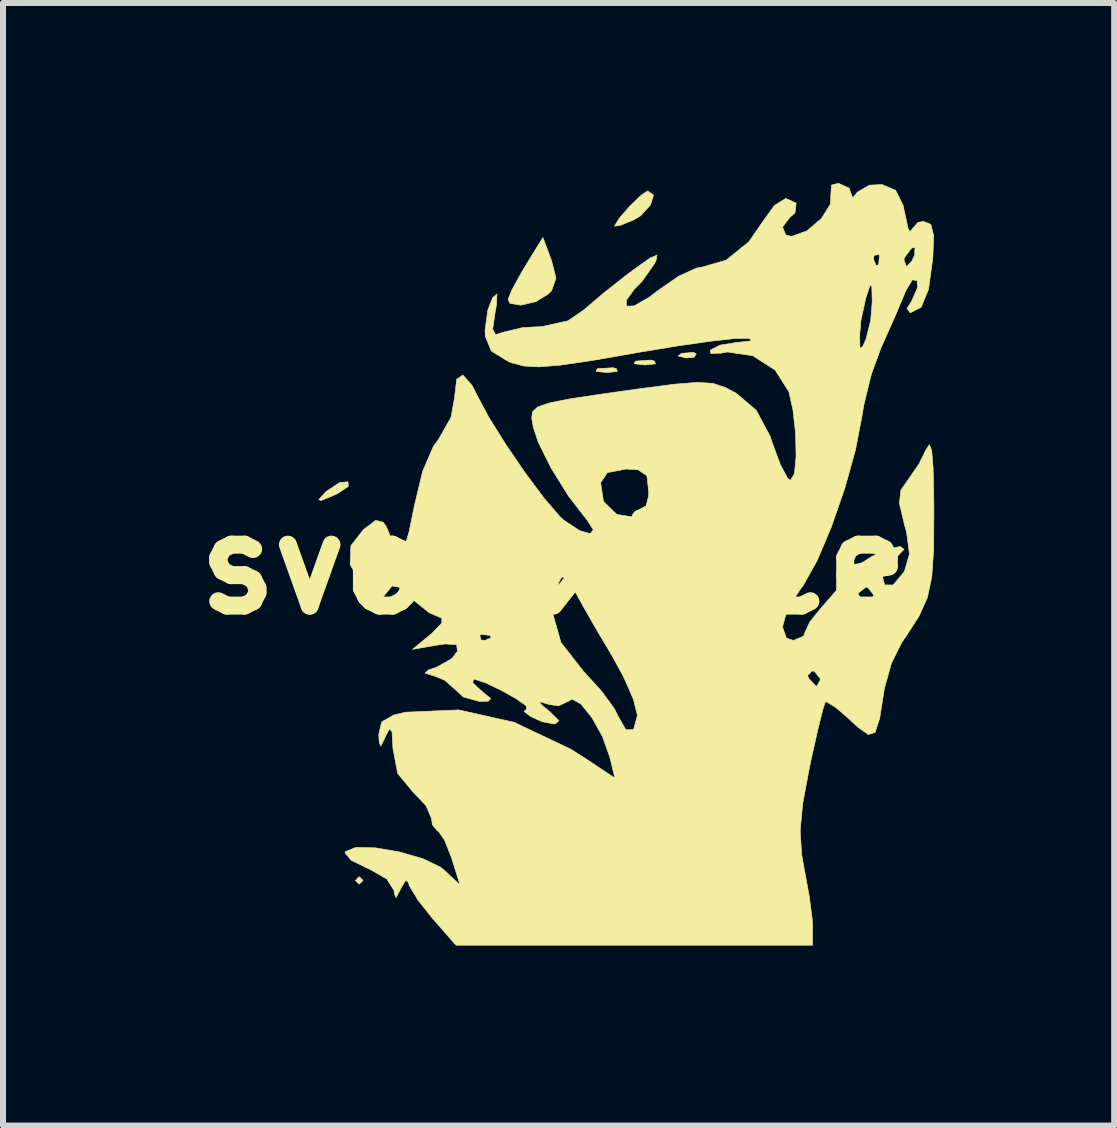
<source format=kicad_pcb>
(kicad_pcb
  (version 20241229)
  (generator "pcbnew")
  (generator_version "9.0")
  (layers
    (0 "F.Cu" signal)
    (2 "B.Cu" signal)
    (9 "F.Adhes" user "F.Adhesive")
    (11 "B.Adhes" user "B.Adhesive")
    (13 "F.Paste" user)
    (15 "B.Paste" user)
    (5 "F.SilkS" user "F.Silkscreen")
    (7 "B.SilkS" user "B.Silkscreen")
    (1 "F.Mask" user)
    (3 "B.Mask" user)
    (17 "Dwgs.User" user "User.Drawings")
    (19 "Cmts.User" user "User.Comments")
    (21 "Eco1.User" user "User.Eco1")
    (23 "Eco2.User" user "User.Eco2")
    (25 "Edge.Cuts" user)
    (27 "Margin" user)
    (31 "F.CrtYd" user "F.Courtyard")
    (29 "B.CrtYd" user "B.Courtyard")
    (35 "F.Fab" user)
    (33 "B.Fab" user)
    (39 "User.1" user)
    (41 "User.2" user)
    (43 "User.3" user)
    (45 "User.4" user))
  (footprint "svo-xface"
    (layer "F.Cu")
    (at 6.176 6.355)
    (property "Reference" "svo-xface" (at 0 0 0) (layer "F.SilkS") (effects (font (size 1.524 1.524) (thickness 0.3))))
    (attr through_hole)
    (fp_poly (pts (xy -3.175 5.271) (xy -3.239 5.334) (xy -3.302 5.271) (xy -3.239 5.207) (xy -3.175 5.271)) (stroke (width 0.01) (type solid)) (fill yes) (layer "F.SilkS"))
    (fp_poly (pts (xy 5.334 -0.318) (xy 5.271 -0.254) (xy 5.207 -0.318) (xy 5.271 -0.381) (xy 5.334 -0.318)) (stroke (width 0.01) (type solid)) (fill yes) (layer "F.SilkS"))
    (fp_poly (pts (xy 1.048 -3.259) (xy 1.064 -3.213) (xy 0.889 -3.195) (xy 0.709 -3.215) (xy 0.73 -3.259) (xy 0.99 -3.276) (xy 1.048 -3.259)) (stroke (width 0.01) (type solid)) (fill yes) (layer "F.SilkS"))
    (fp_poly (pts (xy 1.683 -3.386) (xy 1.699 -3.34) (xy 1.524 -3.322) (xy 1.344 -3.342) (xy 1.365 -3.386) (xy 1.625 -3.403) (xy 1.683 -3.386)) (stroke (width 0.01) (type solid)) (fill yes) (layer "F.SilkS"))
    (fp_poly (pts (xy 2.379 -3.506) (xy 2.341 -3.448) (xy 2.212 -3.439) (xy 2.076 -3.47) (xy 2.135 -3.516) (xy 2.334 -3.531) (xy 2.379 -3.506)) (stroke (width 0.01) (type solid)) (fill yes) (layer "F.SilkS"))
    (fp_poly (pts (xy -3.419 -1.298) (xy -3.602 -1.177) (xy -3.637 -1.161) (xy -3.874 -1.061) (xy -3.912 -1.079) (xy -3.791 -1.212) (xy -3.569 -1.36) (xy -3.427 -1.375) (xy -3.419 -1.298)) (stroke (width 0.01) (type solid)) (fill yes) (layer "F.SilkS"))
    (fp_poly (pts (xy 1.667 -6.151) (xy 1.615 -5.987) (xy 1.453 -5.81) (xy 1.333 -5.738) (xy 1.104 -5.646) (xy 1.016 -5.635) (xy 1.095 -5.766) (xy 1.274 -5.971) (xy 1.464 -6.154) (xy 1.571 -6.223) (xy 1.667 -6.151)) (stroke (width 0.01) (type solid)) (fill yes) (layer "F.SilkS"))
    (fp_poly (pts (xy -0.036 -5.071) (xy 0.041 -4.769) (xy -0.029 -4.567) (xy -0.083 -4.507) (xy -0.297 -4.376) (xy -0.544 -4.319) (xy -0.724 -4.348) (xy -0.758 -4.413) (xy -0.694 -4.572) (xy -0.539 -4.855) (xy -0.466 -4.977) (xy -0.177 -5.446) (xy -0.036 -5.071)) (stroke (width 0.01) (type solid)) (fill yes) (layer "F.SilkS"))
    (fp_poly (pts (xy 4.927 -6.27) (xy 4.955 -6.191) (xy 4.987 -6.107) (xy 5.065 -6.202) (xy 5.261 -6.318) (xy 5.475 -6.329) (xy 5.703 -6.233) (xy 5.827 -5.982) (xy 5.857 -5.842) (xy 5.911 -5.595) (xy 5.948 -5.534) (xy 5.952 -5.556) (xy 6.072 -5.696) (xy 6.169 -5.715) (xy 6.29 -5.664) (xy 6.336 -5.475) (xy 6.323 -5.112) (xy 6.251 -4.584) (xy 6.128 -4.284) (xy 5.946 -4.191) (xy 5.891 -4.262) (xy 5.965 -4.377) (xy 6.068 -4.611) (xy 6.06 -4.726) (xy 5.981 -4.741) (xy 5.868 -4.551) (xy 5.851 -4.508) (xy 5.697 -4.141) (xy 5.506 -3.712) (xy 5.463 -3.619) (xy 5.298 -3.168) (xy 5.17 -2.645) (xy 5.143 -2.477) (xy 5.033 -1.905) (xy 4.853 -1.26) (xy 4.63 -0.619) (xy 4.392 -0.057) (xy 4.164 0.351) (xy 4.11 0.422) (xy 3.896 0.755) (xy 3.817 1.045) (xy 3.882 1.232) (xy 4 1.27) (xy 4.169 1.198) (xy 4.191 1.137) (xy 4.272 0.961) (xy 4.468 0.718) (xy 4.477 0.71) (xy 4.654 0.508) (xy 5.08 0.508) (xy 5.177 0.631) (xy 5.207 0.635) (xy 5.33 0.538) (xy 5.334 0.508) (xy 5.237 0.385) (xy 5.207 0.381) (xy 5.084 0.478) (xy 5.08 0.508) (xy 4.654 0.508) (xy 4.722 0.429) (xy 4.89 0.196) (xy 5.054 0.03) (xy 5.31 -0.132) (xy 5.578 -0.253) (xy 5.78 -0.296) (xy 5.842 -0.248) (xy 5.739 -0.141) (xy 5.652 -0.127) (xy 5.496 -0.021) (xy 5.461 0.127) (xy 5.519 0.344) (xy 5.66 0.346) (xy 5.838 0.134) (xy 5.852 0.108) (xy 5.933 -0.17) (xy 5.885 -0.533) (xy 5.848 -0.666) (xy 5.765 -1.017) (xy 5.79 -1.236) (xy 5.89 -1.38) (xy 6.09 -1.669) (xy 6.208 -1.908) (xy 6.265 -1.992) (xy 6.304 -1.894) (xy 6.328 -1.591) (xy 6.339 -1.062) (xy 6.34 -0.889) (xy 6.336 -0.248) (xy 6.305 0.21) (xy 6.231 0.557) (xy 6.094 0.862) (xy 5.88 1.196) (xy 5.804 1.303) (xy 5.632 1.651) (xy 5.515 2.071) (xy 5.508 2.114) (xy 5.436 2.57) (xy 5.36 2.803) (xy 5.247 2.839) (xy 5.066 2.709) (xy 4.951 2.601) (xy 4.708 2.39) (xy 4.552 2.293) (xy 4.53 2.295) (xy 4.485 2.436) (xy 4.404 2.764) (xy 4.302 3.219) (xy 4.264 3.397) (xy 4.152 3.997) (xy 4.111 4.447) (xy 4.136 4.839) (xy 4.18 5.086) (xy 4.261 5.524) (xy 4.311 5.907) (xy 4.318 6.039) (xy 4.318 6.35) (xy -1.625 6.35) (xy -2.019 5.901) (xy -2.256 5.602) (xy -2.401 5.364) (xy -2.422 5.298) (xy -2.467 5.27) (xy -2.54 5.397) (xy -2.624 5.557) (xy -2.655 5.484) (xy -2.658 5.437) (xy -2.778 5.247) (xy -3.074 5.077) (xy -3.105 5.065) (xy -3.37 4.935) (xy -3.475 4.812) (xy -3.469 4.789) (xy -3.296 4.72) (xy -2.968 4.727) (xy -2.568 4.795) (xy -2.179 4.907) (xy -1.884 5.049) (xy -1.827 5.094) (xy -1.558 5.346) (xy -1.699 4.896) (xy -1.814 4.603) (xy -1.918 4.451) (xy -1.936 4.445) (xy -2.02 4.341) (xy -2.032 4.241) (xy -2.125 4.024) (xy -2.349 3.788) (xy -2.349 3.787) (xy -2.598 3.486) (xy -2.676 3.071) (xy -2.692 2.792) (xy -2.733 2.743) (xy -2.794 2.857) (xy -2.878 3.031) (xy -2.906 2.964) (xy -2.912 2.832) (xy -2.864 2.628) (xy -2.662 2.512) (xy -2.465 2.466) (xy -1.579 2.428) (xy -0.657 2.634) (xy 0.283 3.08) (xy 0.543 3.244) (xy 1.023 3.564) (xy 0.937 3.211) (xy 0.817 2.874) (xy 0.643 2.561) (xy 0.459 2.332) (xy 0.309 2.247) (xy 0.259 2.279) (xy 0.083 2.36) (xy -0.074 2.337) (xy -0.235 2.288) (xy -0.2 2.344) (xy -0.064 2.455) (xy 0.09 2.606) (xy 0.034 2.659) (xy 0 2.661) (xy -0.189 2.624) (xy -0.379 2.539) (xy -0.49 2.453) (xy -0.445 2.41) (xy -0.456 2.358) (xy -0.624 2.241) (xy -0.872 2.101) (xy -1.127 1.979) (xy -1.314 1.916) (xy -1.333 1.914) (xy -1.346 1.975) (xy -1.214 2.1) (xy -1.046 2.239) (xy -1.089 2.283) (xy -1.239 2.286) (xy -1.504 2.211) (xy -1.613 2.11) (xy -1.814 1.933) (xy -1.968 1.869) (xy -2.142 1.814) (xy -2.083 1.762) (xy -1.946 1.715) (xy -1.697 1.574) (xy -1.602 1.452) (xy -1.614 1.341) (xy -1.806 1.328) (xy -1.942 1.348) (xy -2.349 1.418) (xy -2.067 1.185) (xy -1.228 1.185) (xy -1.21 1.261) (xy -1.143 1.27) (xy -1.038 1.224) (xy -1.058 1.185) (xy -1.209 1.17) (xy -1.228 1.185) (xy -2.067 1.185) (xy -2.032 1.156) (xy -1.863 0.982) (xy -1.861 0.894) (xy -1.879 0.892) (xy -2.034 0.824) (xy -0.012 0.824) (xy 0.124 1.304) (xy 0.498 1.783) (xy 0.794 2.107) (xy 1.012 2.403) (xy 1.078 2.535) (xy 1.206 2.759) (xy 1.334 2.757) (xy 1.396 2.532) (xy 1.396 2.508) (xy 1.331 2.25) (xy 1.166 1.872) (xy 1.157 1.856) (xy 4.235 1.856) (xy 4.255 1.905) (xy 4.369 2.026) (xy 4.389 2.032) (xy 4.444 1.934) (xy 4.445 1.905) (xy 4.347 1.783) (xy 4.311 1.778) (xy 4.235 1.856) (xy 1.157 1.856) (xy 0.983 1.539) (xy 0.725 1.103) (xy 0.49 0.693) (xy 0.37 0.474) (xy 0.226 0.237) (xy 0.138 0.211) (xy 0.084 0.31) (xy -0.012 0.824) (xy -2.034 0.824) (xy -2.075 0.806) (xy -2.33 0.602) (xy -2.353 0.579) (xy -2.57 0.384) (xy -2.693 0.362) (xy -2.79 0.484) (xy -2.896 0.61) (xy -3.014 0.562) (xy -3.171 0.381) (xy -3.39 0.007) (xy -3.378 -0.307) (xy -3.167 -0.579) (xy -2.964 -0.731) (xy -2.842 -0.702) (xy -2.788 -0.63) (xy -2.683 -0.378) (xy -2.669 -0.286) (xy -2.603 -0.138) (xy -2.566 -0.127) (xy -2.495 -0.242) (xy -2.407 -0.543) (xy -2.321 -0.965) (xy -2.321 -0.966) (xy -2.183 -1.544) (xy -2.003 -1.964) (xy -1.914 -2.086) (xy -1.708 -2.449) (xy -1.651 -2.77) (xy -1.613 -3.084) (xy -1.51 -3.154) (xy -1.357 -2.979) (xy -1.279 -2.826) (xy -1.081 -2.454) (xy -0.794 -1.995) (xy -0.469 -1.519) (xy -0.154 -1.097) (xy 0.103 -0.798) (xy 0.174 -0.733) (xy 0.435 -0.561) (xy 0.615 -0.509) (xy 0.663 -0.577) (xy 0.564 -0.73) (xy 0.252 -1.134) (xy 0.112 -1.359) (xy 0.785 -1.359) (xy 0.833 -1.047) (xy 1.054 -0.831) (xy 1.322 -0.788) (xy 1.52 -0.885) (xy 1.586 -1.142) (xy 1.587 -1.206) (xy 1.556 -1.476) (xy 1.408 -1.576) (xy 1.208 -1.587) (xy 0.898 -1.527) (xy 0.785 -1.359) (xy 0.112 -1.359) (xy -0.04 -1.603) (xy -0.257 -2.041) (xy -0.336 -2.282) (xy -0.363 -2.431) (xy -0.351 -2.54) (xy -0.264 -2.622) (xy -0.066 -2.69) (xy 0.278 -2.758) (xy 0.805 -2.837) (xy 1.475 -2.931) (xy 2.032 -3.003) (xy 2.405 -3.032) (xy 2.661 -3.014) (xy 2.868 -2.945) (xy 3.048 -2.848) (xy 3.381 -2.564) (xy 3.61 -2.133) (xy 3.655 -2) (xy 3.784 -1.654) (xy 3.9 -1.436) (xy 3.948 -1.397) (xy 4.015 -1.509) (xy 4.043 -1.795) (xy 4.035 -2.175) (xy 3.991 -2.572) (xy 3.923 -2.876) (xy 3.694 -3.237) (xy 3.321 -3.476) (xy 2.899 -3.538) (xy 2.795 -3.519) (xy 2.622 -3.511) (xy 2.611 -3.568) (xy 2.776 -3.653) (xy 3.076 -3.7) (xy 3.087 -3.7) (xy 3.293 -3.723) (xy 3.275 -3.757) (xy 3.239 -3.765) (xy 3.023 -3.762) (xy 2.613 -3.717) (xy 2.064 -3.638) (xy 1.433 -3.534) (xy 1.315 -3.513) (xy 0.613 -3.391) (xy 0.11 -3.318) (xy -0.243 -3.29) (xy -0.495 -3.304) (xy -0.696 -3.357) (xy -0.749 -3.378) (xy -1.036 -3.553) (xy -1.137 -3.799) (xy -1.137 -3.81) (xy 5.102 -3.81) (xy 5.108 -3.599) (xy 5.152 -3.627) (xy 5.207 -3.747) (xy 5.287 -4.064) (xy 5.312 -4.381) (xy 5.305 -4.634) (xy 5.276 -4.646) (xy 5.207 -4.445) (xy 5.124 -4.063) (xy 5.102 -3.81) (xy -1.137 -3.81) (xy -1.141 -3.899) (xy -1.096 -4.234) (xy -1.014 -4.445) (xy -0.943 -4.503) (xy -0.949 -4.335) (xy -0.973 -4.201) (xy -1.014 -3.919) (xy -0.967 -3.828) (xy -0.814 -3.873) (xy -0.507 -3.946) (xy -0.194 -3.961) (xy 0.241 -4.058) (xy 0.504 -4.238) (xy 0.811 -4.5) (xy 1.193 -4.803) (xy 1.323 -4.901) (xy 1.608 -5.103) (xy 1.726 -5.154) (xy 1.708 -5.062) (xy 1.679 -5.006) (xy 1.479 -4.719) (xy 1.342 -4.579) (xy 1.212 -4.398) (xy 1.217 -4.302) (xy 1.345 -4.307) (xy 1.593 -4.449) (xy 1.752 -4.57) (xy 2.085 -4.801) (xy 2.384 -4.937) (xy 2.477 -4.953) (xy 2.877 -5.068) (xy 2.892 -5.08) (xy 5.334 -5.08) (xy 5.38 -4.975) (xy 5.419 -4.995) (xy 5.426 -5.073) (xy 5.842 -5.073) (xy 5.883 -4.957) (xy 5.976 -5.058) (xy 6.017 -5.15) (xy 6.026 -5.281) (xy 5.968 -5.27) (xy 5.847 -5.107) (xy 5.842 -5.073) (xy 5.426 -5.073) (xy 5.434 -5.146) (xy 5.419 -5.165) (xy 5.343 -5.147) (xy 5.334 -5.08) (xy 2.892 -5.08) (xy 3.256 -5.375) (xy 3.496 -5.723) (xy 3.681 -5.979) (xy 3.866 -6.095) (xy 3.877 -6.096) (xy 4.045 -6.018) (xy 4.025 -5.857) (xy 3.937 -5.779) (xy 3.817 -5.621) (xy 3.872 -5.487) (xy 3.969 -5.465) (xy 4.224 -5.557) (xy 4.466 -5.764) (xy 4.616 -6.004) (xy 4.622 -6.148) (xy 4.633 -6.319) (xy 4.749 -6.35) (xy 4.927 -6.27)) (stroke (width 0.01) (type solid)) (fill yes) (layer "F.SilkS")))
  (gr_rect
    (start -3 -3)
    (end 15.521 15.71)
    (stroke (width 0.1) (type default))
    (fill no)
    (layer "Edge.Cuts")))
</source>
